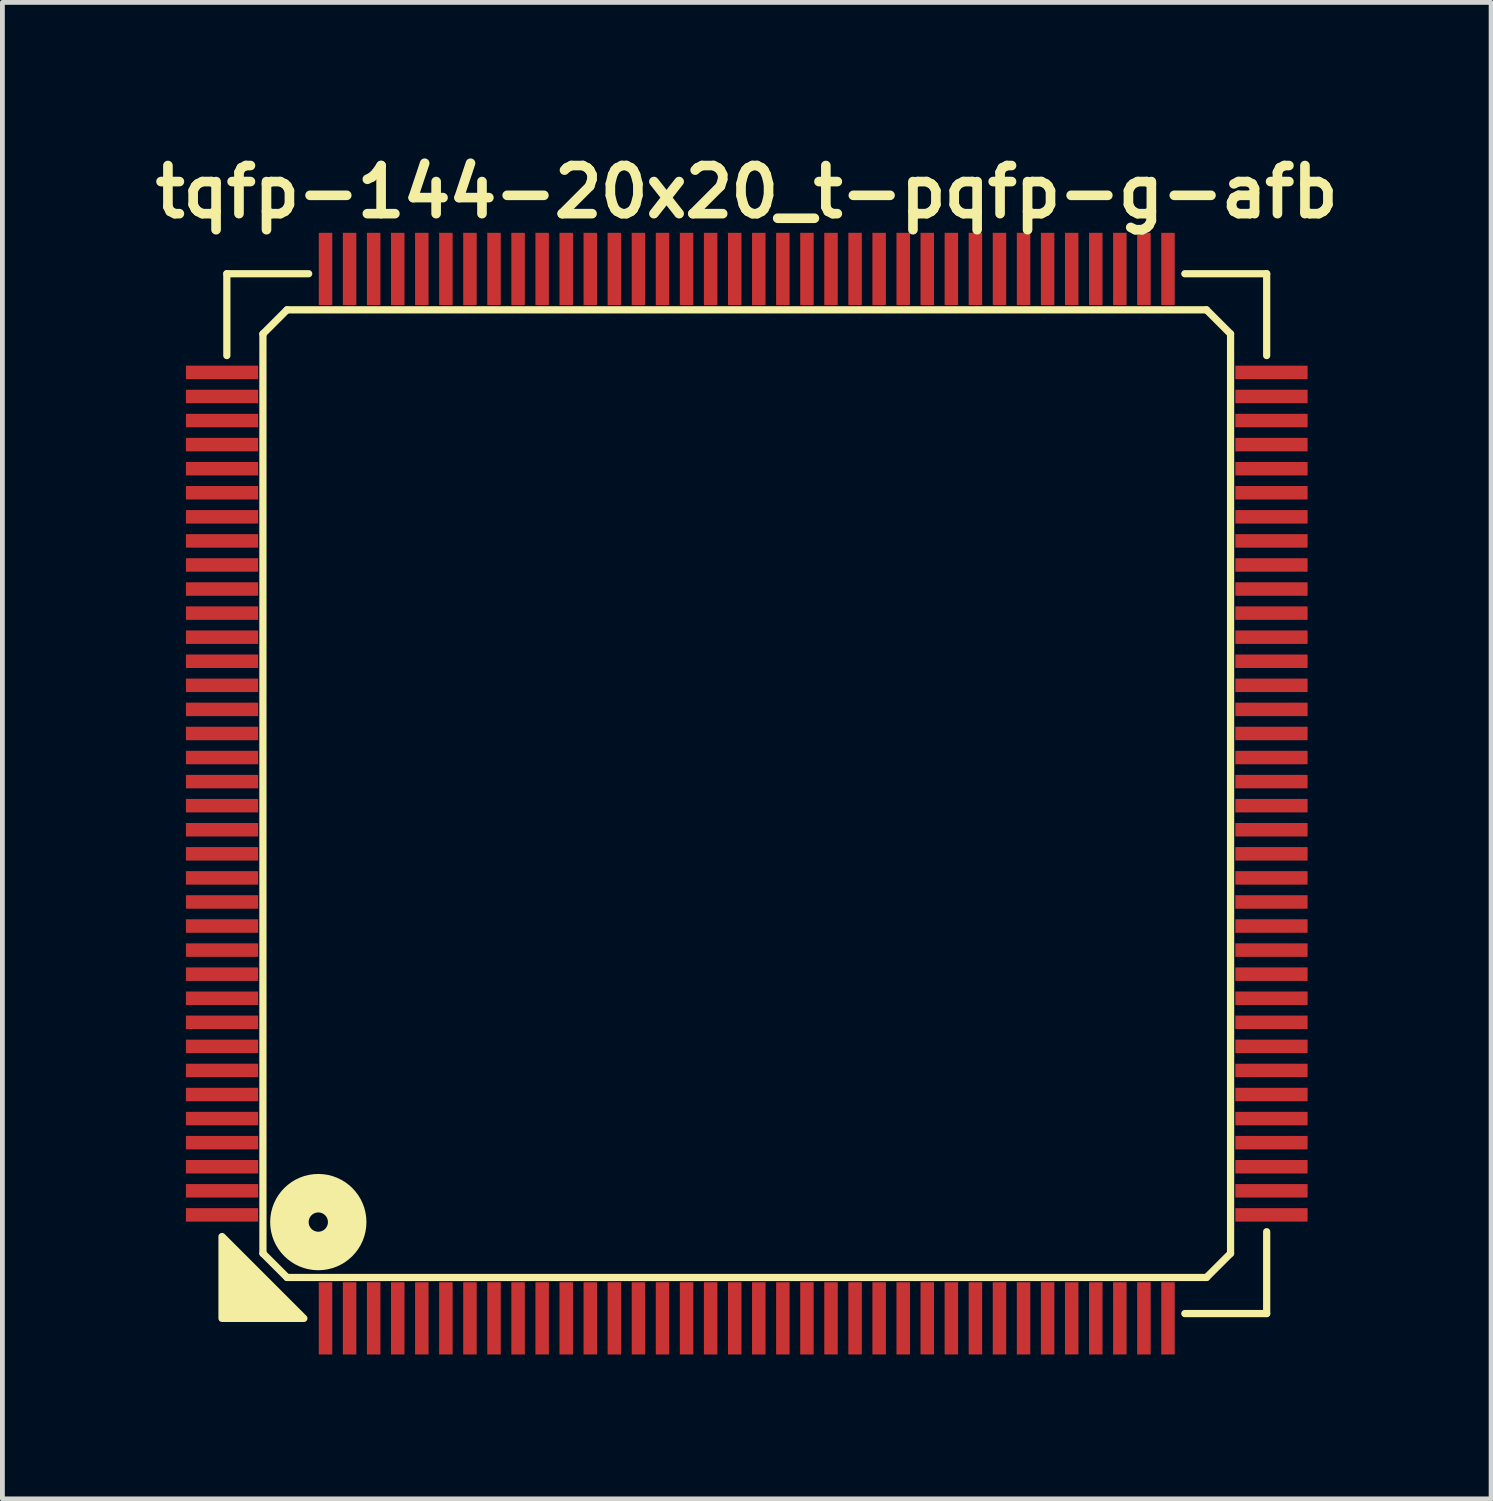
<source format=kicad_pcb>
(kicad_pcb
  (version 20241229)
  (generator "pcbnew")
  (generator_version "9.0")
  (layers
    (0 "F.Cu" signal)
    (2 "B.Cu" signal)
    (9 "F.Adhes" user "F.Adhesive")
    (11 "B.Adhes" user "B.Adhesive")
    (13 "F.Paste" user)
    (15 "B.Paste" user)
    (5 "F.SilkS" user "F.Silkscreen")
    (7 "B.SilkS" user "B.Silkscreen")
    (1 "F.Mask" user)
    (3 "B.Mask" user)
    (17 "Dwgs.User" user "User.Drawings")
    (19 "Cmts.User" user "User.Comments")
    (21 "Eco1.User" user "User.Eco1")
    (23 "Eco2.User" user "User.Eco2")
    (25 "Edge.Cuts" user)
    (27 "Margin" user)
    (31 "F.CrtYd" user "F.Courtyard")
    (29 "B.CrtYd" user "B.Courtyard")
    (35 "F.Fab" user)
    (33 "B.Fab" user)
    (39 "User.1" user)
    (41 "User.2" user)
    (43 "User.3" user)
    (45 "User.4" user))
  (footprint "tqfp-144-20x20_t-pqfp-g-afb"
    (layer "F.Cu")
    (at 12.462 13.436)
    (property "Reference" "tqfp-144-20x20_t-pqfp-g-afb" (at 0 -12.5 0) (layer "F.SilkS") (effects (font (size 1 1) (thickness 0.2))))
    (attr smd)
    (fp_line (start -10.8 -10.8) (end -9.1 -10.8) (stroke (width 0.15) (type solid)) (layer "F.SilkS"))
    (fp_line (start -10.8 -9.1) (end -10.8 -10.8) (stroke (width 0.15) (type solid)) (layer "F.SilkS"))
    (fp_line (start -10.05 -9.55) (end -9.55 -10.05) (stroke (width 0.15) (type solid)) (layer "F.SilkS"))
    (fp_line (start -10.05 9.55) (end -10.05 -9.55) (stroke (width 0.15) (type solid)) (layer "F.SilkS"))
    (fp_line (start -9.55 -10.05) (end 9.55 -10.05) (stroke (width 0.15) (type solid)) (layer "F.SilkS"))
    (fp_line (start -9.55 10.05) (end -10.05 9.55) (stroke (width 0.15) (type solid)) (layer "F.SilkS"))
    (fp_line (start 9.1 -10.8) (end 10.8 -10.8) (stroke (width 0.15) (type solid)) (layer "F.SilkS"))
    (fp_line (start 9.55 -10.05) (end 10.05 -9.55) (stroke (width 0.15) (type solid)) (layer "F.SilkS"))
    (fp_line (start 9.55 10.05) (end -9.55 10.05) (stroke (width 0.15) (type solid)) (layer "F.SilkS"))
    (fp_line (start 10.05 -9.55) (end 10.05 9.55) (stroke (width 0.15) (type solid)) (layer "F.SilkS"))
    (fp_line (start 10.05 9.55) (end 9.55 10.05) (stroke (width 0.15) (type solid)) (layer "F.SilkS"))
    (fp_line (start 10.8 -10.8) (end 10.8 -9.1) (stroke (width 0.15) (type solid)) (layer "F.SilkS"))
    (fp_line (start 10.8 9.1) (end 10.8 10.8) (stroke (width 0.15) (type solid)) (layer "F.SilkS"))
    (fp_line (start 10.8 10.8) (end 9.1 10.8) (stroke (width 0.15) (type solid)) (layer "F.SilkS"))
    (fp_circle (center -8.9 8.9) (end -8.7 8.9) (stroke (width 0.8) (type solid)) (fill no) (layer "F.SilkS"))
    (fp_poly (pts (xy -9.2 10.9) (xy -10.9 10.9) (xy -10.9 9.2)) (stroke (width 0.15) (type solid)) (fill yes) (layer "F.SilkS"))
    (pad "1" smd rect (at -8.75 10.9) (size 0.28 1.5) (layers "F.Cu" "F.Mask" "F.Paste"))
    (pad "2" smd rect (at -8.25 10.9) (size 0.28 1.5) (layers "F.Cu" "F.Mask" "F.Paste"))
    (pad "3" smd rect (at -7.75 10.9) (size 0.28 1.5) (layers "F.Cu" "F.Mask" "F.Paste"))
    (pad "4" smd rect (at -7.25 10.9) (size 0.28 1.5) (layers "F.Cu" "F.Mask" "F.Paste"))
    (pad "5" smd rect (at -6.75 10.9) (size 0.28 1.5) (layers "F.Cu" "F.Mask" "F.Paste"))
    (pad "6" smd rect (at -6.25 10.9) (size 0.28 1.5) (layers "F.Cu" "F.Mask" "F.Paste"))
    (pad "7" smd rect (at -5.75 10.9) (size 0.28 1.5) (layers "F.Cu" "F.Mask" "F.Paste"))
    (pad "8" smd rect (at -5.25 10.9) (size 0.28 1.5) (layers "F.Cu" "F.Mask" "F.Paste"))
    (pad "9" smd rect (at -4.75 10.9) (size 0.28 1.5) (layers "F.Cu" "F.Mask" "F.Paste"))
    (pad "10" smd rect (at -4.25 10.9) (size 0.28 1.5) (layers "F.Cu" "F.Mask" "F.Paste"))
    (pad "11" smd rect (at -3.75 10.9) (size 0.28 1.5) (layers "F.Cu" "F.Mask" "F.Paste"))
    (pad "12" smd rect (at -3.25 10.9) (size 0.28 1.5) (layers "F.Cu" "F.Mask" "F.Paste"))
    (pad "13" smd rect (at -2.75 10.9) (size 0.28 1.5) (layers "F.Cu" "F.Mask" "F.Paste"))
    (pad "14" smd rect (at -2.25 10.9) (size 0.28 1.5) (layers "F.Cu" "F.Mask" "F.Paste"))
    (pad "15" smd rect (at -1.75 10.9) (size 0.28 1.5) (layers "F.Cu" "F.Mask" "F.Paste"))
    (pad "16" smd rect (at -1.25 10.9) (size 0.28 1.5) (layers "F.Cu" "F.Mask" "F.Paste"))
    (pad "17" smd rect (at -0.75 10.9) (size 0.28 1.5) (layers "F.Cu" "F.Mask" "F.Paste"))
    (pad "18" smd rect (at -0.25 10.9) (size 0.28 1.5) (layers "F.Cu" "F.Mask" "F.Paste"))
    (pad "19" smd rect (at 0.25 10.9) (size 0.28 1.5) (layers "F.Cu" "F.Mask" "F.Paste"))
    (pad "20" smd rect (at 0.75 10.9) (size 0.28 1.5) (layers "F.Cu" "F.Mask" "F.Paste"))
    (pad "21" smd rect (at 1.25 10.9) (size 0.28 1.5) (layers "F.Cu" "F.Mask" "F.Paste"))
    (pad "22" smd rect (at 1.75 10.9) (size 0.28 1.5) (layers "F.Cu" "F.Mask" "F.Paste"))
    (pad "23" smd rect (at 2.25 10.9) (size 0.28 1.5) (layers "F.Cu" "F.Mask" "F.Paste"))
    (pad "24" smd rect (at 2.75 10.9) (size 0.28 1.5) (layers "F.Cu" "F.Mask" "F.Paste"))
    (pad "25" smd rect (at 3.25 10.9) (size 0.28 1.5) (layers "F.Cu" "F.Mask" "F.Paste"))
    (pad "26" smd rect (at 3.75 10.9) (size 0.28 1.5) (layers "F.Cu" "F.Mask" "F.Paste"))
    (pad "27" smd rect (at 4.25 10.9) (size 0.28 1.5) (layers "F.Cu" "F.Mask" "F.Paste"))
    (pad "28" smd rect (at 4.75 10.9) (size 0.28 1.5) (layers "F.Cu" "F.Mask" "F.Paste"))
    (pad "29" smd rect (at 5.25 10.9) (size 0.28 1.5) (layers "F.Cu" "F.Mask" "F.Paste"))
    (pad "30" smd rect (at 5.75 10.9) (size 0.28 1.5) (layers "F.Cu" "F.Mask" "F.Paste"))
    (pad "31" smd rect (at 6.25 10.9) (size 0.28 1.5) (layers "F.Cu" "F.Mask" "F.Paste"))
    (pad "32" smd rect (at 6.75 10.9) (size 0.28 1.5) (layers "F.Cu" "F.Mask" "F.Paste"))
    (pad "33" smd rect (at 7.25 10.9) (size 0.28 1.5) (layers "F.Cu" "F.Mask" "F.Paste"))
    (pad "34" smd rect (at 7.75 10.9) (size 0.28 1.5) (layers "F.Cu" "F.Mask" "F.Paste"))
    (pad "35" smd rect (at 8.25 10.9) (size 0.28 1.5) (layers "F.Cu" "F.Mask" "F.Paste"))
    (pad "36" smd rect (at 8.75 10.9) (size 0.28 1.5) (layers "F.Cu" "F.Mask" "F.Paste"))
    (pad "37" smd rect (at 10.9 8.75) (size 1.5 0.28) (layers "F.Cu" "F.Mask" "F.Paste"))
    (pad "38" smd rect (at 10.9 8.25) (size 1.5 0.28) (layers "F.Cu" "F.Mask" "F.Paste"))
    (pad "39" smd rect (at 10.9 7.75) (size 1.5 0.28) (layers "F.Cu" "F.Mask" "F.Paste"))
    (pad "40" smd rect (at 10.9 7.25) (size 1.5 0.28) (layers "F.Cu" "F.Mask" "F.Paste"))
    (pad "41" smd rect (at 10.9 6.75) (size 1.5 0.28) (layers "F.Cu" "F.Mask" "F.Paste"))
    (pad "42" smd rect (at 10.9 6.25) (size 1.5 0.28) (layers "F.Cu" "F.Mask" "F.Paste"))
    (pad "43" smd rect (at 10.9 5.75) (size 1.5 0.28) (layers "F.Cu" "F.Mask" "F.Paste"))
    (pad "44" smd rect (at 10.9 5.25) (size 1.5 0.28) (layers "F.Cu" "F.Mask" "F.Paste"))
    (pad "45" smd rect (at 10.9 4.75) (size 1.5 0.28) (layers "F.Cu" "F.Mask" "F.Paste"))
    (pad "46" smd rect (at 10.9 4.25) (size 1.5 0.28) (layers "F.Cu" "F.Mask" "F.Paste"))
    (pad "47" smd rect (at 10.9 3.75) (size 1.5 0.28) (layers "F.Cu" "F.Mask" "F.Paste"))
    (pad "48" smd rect (at 10.9 3.25) (size 1.5 0.28) (layers "F.Cu" "F.Mask" "F.Paste"))
    (pad "49" smd rect (at 10.9 2.75) (size 1.5 0.28) (layers "F.Cu" "F.Mask" "F.Paste"))
    (pad "50" smd rect (at 10.9 2.25) (size 1.5 0.28) (layers "F.Cu" "F.Mask" "F.Paste"))
    (pad "51" smd rect (at 10.9 1.75) (size 1.5 0.28) (layers "F.Cu" "F.Mask" "F.Paste"))
    (pad "52" smd rect (at 10.9 1.25) (size 1.5 0.28) (layers "F.Cu" "F.Mask" "F.Paste"))
    (pad "53" smd rect (at 10.9 0.75) (size 1.5 0.28) (layers "F.Cu" "F.Mask" "F.Paste"))
    (pad "54" smd rect (at 10.9 0.25) (size 1.5 0.28) (layers "F.Cu" "F.Mask" "F.Paste"))
    (pad "55" smd rect (at 10.9 -0.25) (size 1.5 0.28) (layers "F.Cu" "F.Mask" "F.Paste"))
    (pad "56" smd rect (at 10.9 -0.75) (size 1.5 0.28) (layers "F.Cu" "F.Mask" "F.Paste"))
    (pad "57" smd rect (at 10.9 -1.25) (size 1.5 0.28) (layers "F.Cu" "F.Mask" "F.Paste"))
    (pad "58" smd rect (at 10.9 -1.75) (size 1.5 0.28) (layers "F.Cu" "F.Mask" "F.Paste"))
    (pad "59" smd rect (at 10.9 -2.25) (size 1.5 0.28) (layers "F.Cu" "F.Mask" "F.Paste"))
    (pad "60" smd rect (at 10.9 -2.75) (size 1.5 0.28) (layers "F.Cu" "F.Mask" "F.Paste"))
    (pad "61" smd rect (at 10.9 -3.25) (size 1.5 0.28) (layers "F.Cu" "F.Mask" "F.Paste"))
    (pad "62" smd rect (at 10.9 -3.75) (size 1.5 0.28) (layers "F.Cu" "F.Mask" "F.Paste"))
    (pad "63" smd rect (at 10.9 -4.25) (size 1.5 0.28) (layers "F.Cu" "F.Mask" "F.Paste"))
    (pad "64" smd rect (at 10.9 -4.75) (size 1.5 0.28) (layers "F.Cu" "F.Mask" "F.Paste"))
    (pad "65" smd rect (at 10.9 -5.25) (size 1.5 0.28) (layers "F.Cu" "F.Mask" "F.Paste"))
    (pad "66" smd rect (at 10.9 -5.75) (size 1.5 0.28) (layers "F.Cu" "F.Mask" "F.Paste"))
    (pad "67" smd rect (at 10.9 -6.25) (size 1.5 0.28) (layers "F.Cu" "F.Mask" "F.Paste"))
    (pad "68" smd rect (at 10.9 -6.75) (size 1.5 0.28) (layers "F.Cu" "F.Mask" "F.Paste"))
    (pad "69" smd rect (at 10.9 -7.25) (size 1.5 0.28) (layers "F.Cu" "F.Mask" "F.Paste"))
    (pad "70" smd rect (at 10.9 -7.75) (size 1.5 0.28) (layers "F.Cu" "F.Mask" "F.Paste"))
    (pad "71" smd rect (at 10.9 -8.25) (size 1.5 0.28) (layers "F.Cu" "F.Mask" "F.Paste"))
    (pad "72" smd rect (at 10.9 -8.75) (size 1.5 0.28) (layers "F.Cu" "F.Mask" "F.Paste"))
    (pad "73" smd rect (at 8.75 -10.9) (size 0.28 1.5) (layers "F.Cu" "F.Mask" "F.Paste"))
    (pad "74" smd rect (at 8.25 -10.9) (size 0.28 1.5) (layers "F.Cu" "F.Mask" "F.Paste"))
    (pad "75" smd rect (at 7.75 -10.9) (size 0.28 1.5) (layers "F.Cu" "F.Mask" "F.Paste"))
    (pad "76" smd rect (at 7.25 -10.9) (size 0.28 1.5) (layers "F.Cu" "F.Mask" "F.Paste"))
    (pad "77" smd rect (at 6.75 -10.9) (size 0.28 1.5) (layers "F.Cu" "F.Mask" "F.Paste"))
    (pad "78" smd rect (at 6.25 -10.9) (size 0.28 1.5) (layers "F.Cu" "F.Mask" "F.Paste"))
    (pad "79" smd rect (at 5.75 -10.9) (size 0.28 1.5) (layers "F.Cu" "F.Mask" "F.Paste"))
    (pad "80" smd rect (at 5.25 -10.9) (size 0.28 1.5) (layers "F.Cu" "F.Mask" "F.Paste"))
    (pad "81" smd rect (at 4.75 -10.9) (size 0.28 1.5) (layers "F.Cu" "F.Mask" "F.Paste"))
    (pad "82" smd rect (at 4.25 -10.9) (size 0.28 1.5) (layers "F.Cu" "F.Mask" "F.Paste"))
    (pad "83" smd rect (at 3.75 -10.9) (size 0.28 1.5) (layers "F.Cu" "F.Mask" "F.Paste"))
    (pad "84" smd rect (at 3.25 -10.9) (size 0.28 1.5) (layers "F.Cu" "F.Mask" "F.Paste"))
    (pad "85" smd rect (at 2.75 -10.9) (size 0.28 1.5) (layers "F.Cu" "F.Mask" "F.Paste"))
    (pad "86" smd rect (at 2.25 -10.9) (size 0.28 1.5) (layers "F.Cu" "F.Mask" "F.Paste"))
    (pad "87" smd rect (at 1.75 -10.9) (size 0.28 1.5) (layers "F.Cu" "F.Mask" "F.Paste"))
    (pad "88" smd rect (at 1.25 -10.9) (size 0.28 1.5) (layers "F.Cu" "F.Mask" "F.Paste"))
    (pad "89" smd rect (at 0.75 -10.9) (size 0.28 1.5) (layers "F.Cu" "F.Mask" "F.Paste"))
    (pad "90" smd rect (at 0.25 -10.9) (size 0.28 1.5) (layers "F.Cu" "F.Mask" "F.Paste"))
    (pad "91" smd rect (at -0.25 -10.9) (size 0.28 1.5) (layers "F.Cu" "F.Mask" "F.Paste"))
    (pad "92" smd rect (at -0.75 -10.9) (size 0.28 1.5) (layers "F.Cu" "F.Mask" "F.Paste"))
    (pad "93" smd rect (at -1.25 -10.9) (size 0.28 1.5) (layers "F.Cu" "F.Mask" "F.Paste"))
    (pad "94" smd rect (at -1.75 -10.9) (size 0.28 1.5) (layers "F.Cu" "F.Mask" "F.Paste"))
    (pad "95" smd rect (at -2.25 -10.9) (size 0.28 1.5) (layers "F.Cu" "F.Mask" "F.Paste"))
    (pad "96" smd rect (at -2.75 -10.9) (size 0.28 1.5) (layers "F.Cu" "F.Mask" "F.Paste"))
    (pad "97" smd rect (at -3.25 -10.9) (size 0.28 1.5) (layers "F.Cu" "F.Mask" "F.Paste"))
    (pad "98" smd rect (at -3.75 -10.9) (size 0.28 1.5) (layers "F.Cu" "F.Mask" "F.Paste"))
    (pad "99" smd rect (at -4.25 -10.9) (size 0.28 1.5) (layers "F.Cu" "F.Mask" "F.Paste"))
    (pad "100" smd rect (at -4.75 -10.9) (size 0.28 1.5) (layers "F.Cu" "F.Mask" "F.Paste"))
    (pad "101" smd rect (at -5.25 -10.9) (size 0.28 1.5) (layers "F.Cu" "F.Mask" "F.Paste"))
    (pad "102" smd rect (at -5.75 -10.9) (size 0.28 1.5) (layers "F.Cu" "F.Mask" "F.Paste"))
    (pad "103" smd rect (at -6.25 -10.9) (size 0.28 1.5) (layers "F.Cu" "F.Mask" "F.Paste"))
    (pad "104" smd rect (at -6.75 -10.9) (size 0.28 1.5) (layers "F.Cu" "F.Mask" "F.Paste"))
    (pad "105" smd rect (at -7.25 -10.9) (size 0.28 1.5) (layers "F.Cu" "F.Mask" "F.Paste"))
    (pad "106" smd rect (at -7.75 -10.9) (size 0.28 1.5) (layers "F.Cu" "F.Mask" "F.Paste"))
    (pad "107" smd rect (at -8.25 -10.9) (size 0.28 1.5) (layers "F.Cu" "F.Mask" "F.Paste"))
    (pad "108" smd rect (at -8.75 -10.9) (size 0.28 1.5) (layers "F.Cu" "F.Mask" "F.Paste"))
    (pad "109" smd rect (at -10.9 -8.75) (size 1.5 0.28) (layers "F.Cu" "F.Mask" "F.Paste"))
    (pad "110" smd rect (at -10.9 -8.25) (size 1.5 0.28) (layers "F.Cu" "F.Mask" "F.Paste"))
    (pad "111" smd rect (at -10.9 -7.75) (size 1.5 0.28) (layers "F.Cu" "F.Mask" "F.Paste"))
    (pad "112" smd rect (at -10.9 -7.25) (size 1.5 0.28) (layers "F.Cu" "F.Mask" "F.Paste"))
    (pad "113" smd rect (at -10.9 -6.75) (size 1.5 0.28) (layers "F.Cu" "F.Mask" "F.Paste"))
    (pad "114" smd rect (at -10.9 -6.25) (size 1.5 0.28) (layers "F.Cu" "F.Mask" "F.Paste"))
    (pad "115" smd rect (at -10.9 -5.75) (size 1.5 0.28) (layers "F.Cu" "F.Mask" "F.Paste"))
    (pad "116" smd rect (at -10.9 -5.25) (size 1.5 0.28) (layers "F.Cu" "F.Mask" "F.Paste"))
    (pad "117" smd rect (at -10.9 -4.75) (size 1.5 0.28) (layers "F.Cu" "F.Mask" "F.Paste"))
    (pad "118" smd rect (at -10.9 -4.25) (size 1.5 0.28) (layers "F.Cu" "F.Mask" "F.Paste"))
    (pad "119" smd rect (at -10.9 -3.75) (size 1.5 0.28) (layers "F.Cu" "F.Mask" "F.Paste"))
    (pad "120" smd rect (at -10.9 -3.25) (size 1.5 0.28) (layers "F.Cu" "F.Mask" "F.Paste"))
    (pad "121" smd rect (at -10.9 -2.75) (size 1.5 0.28) (layers "F.Cu" "F.Mask" "F.Paste"))
    (pad "122" smd rect (at -10.9 -2.25) (size 1.5 0.28) (layers "F.Cu" "F.Mask" "F.Paste"))
    (pad "123" smd rect (at -10.9 -1.75) (size 1.5 0.28) (layers "F.Cu" "F.Mask" "F.Paste"))
    (pad "124" smd rect (at -10.9 -1.25) (size 1.5 0.28) (layers "F.Cu" "F.Mask" "F.Paste"))
    (pad "125" smd rect (at -10.9 -0.75) (size 1.5 0.28) (layers "F.Cu" "F.Mask" "F.Paste"))
    (pad "126" smd rect (at -10.9 -0.25) (size 1.5 0.28) (layers "F.Cu" "F.Mask" "F.Paste"))
    (pad "127" smd rect (at -10.9 0.25) (size 1.5 0.28) (layers "F.Cu" "F.Mask" "F.Paste"))
    (pad "128" smd rect (at -10.9 0.75) (size 1.5 0.28) (layers "F.Cu" "F.Mask" "F.Paste"))
    (pad "129" smd rect (at -10.9 1.25) (size 1.5 0.28) (layers "F.Cu" "F.Mask" "F.Paste"))
    (pad "130" smd rect (at -10.9 1.75) (size 1.5 0.28) (layers "F.Cu" "F.Mask" "F.Paste"))
    (pad "131" smd rect (at -10.9 2.25) (size 1.5 0.28) (layers "F.Cu" "F.Mask" "F.Paste"))
    (pad "132" smd rect (at -10.9 2.75) (size 1.5 0.28) (layers "F.Cu" "F.Mask" "F.Paste"))
    (pad "133" smd rect (at -10.9 3.25) (size 1.5 0.28) (layers "F.Cu" "F.Mask" "F.Paste"))
    (pad "134" smd rect (at -10.9 3.75) (size 1.5 0.28) (layers "F.Cu" "F.Mask" "F.Paste"))
    (pad "135" smd rect (at -10.9 4.25) (size 1.5 0.28) (layers "F.Cu" "F.Mask" "F.Paste"))
    (pad "136" smd rect (at -10.9 4.75) (size 1.5 0.28) (layers "F.Cu" "F.Mask" "F.Paste"))
    (pad "137" smd rect (at -10.9 5.25) (size 1.5 0.28) (layers "F.Cu" "F.Mask" "F.Paste"))
    (pad "138" smd rect (at -10.9 5.75) (size 1.5 0.28) (layers "F.Cu" "F.Mask" "F.Paste"))
    (pad "139" smd rect (at -10.9 6.25) (size 1.5 0.28) (layers "F.Cu" "F.Mask" "F.Paste"))
    (pad "140" smd rect (at -10.9 6.75) (size 1.5 0.28) (layers "F.Cu" "F.Mask" "F.Paste"))
    (pad "141" smd rect (at -10.9 7.25) (size 1.5 0.28) (layers "F.Cu" "F.Mask" "F.Paste"))
    (pad "142" smd rect (at -10.9 7.75) (size 1.5 0.28) (layers "F.Cu" "F.Mask" "F.Paste"))
    (pad "143" smd rect (at -10.9 8.25) (size 1.5 0.28) (layers "F.Cu" "F.Mask" "F.Paste"))
    (pad "144" smd rect (at -10.9 8.75) (size 1.5 0.28) (layers "F.Cu" "F.Mask" "F.Paste")))
  (gr_rect
    (start -3 -3)
    (end 27.924 28.086)
    (stroke (width 0.1) (type default))
    (fill no)
    (layer "Edge.Cuts")))
</source>
